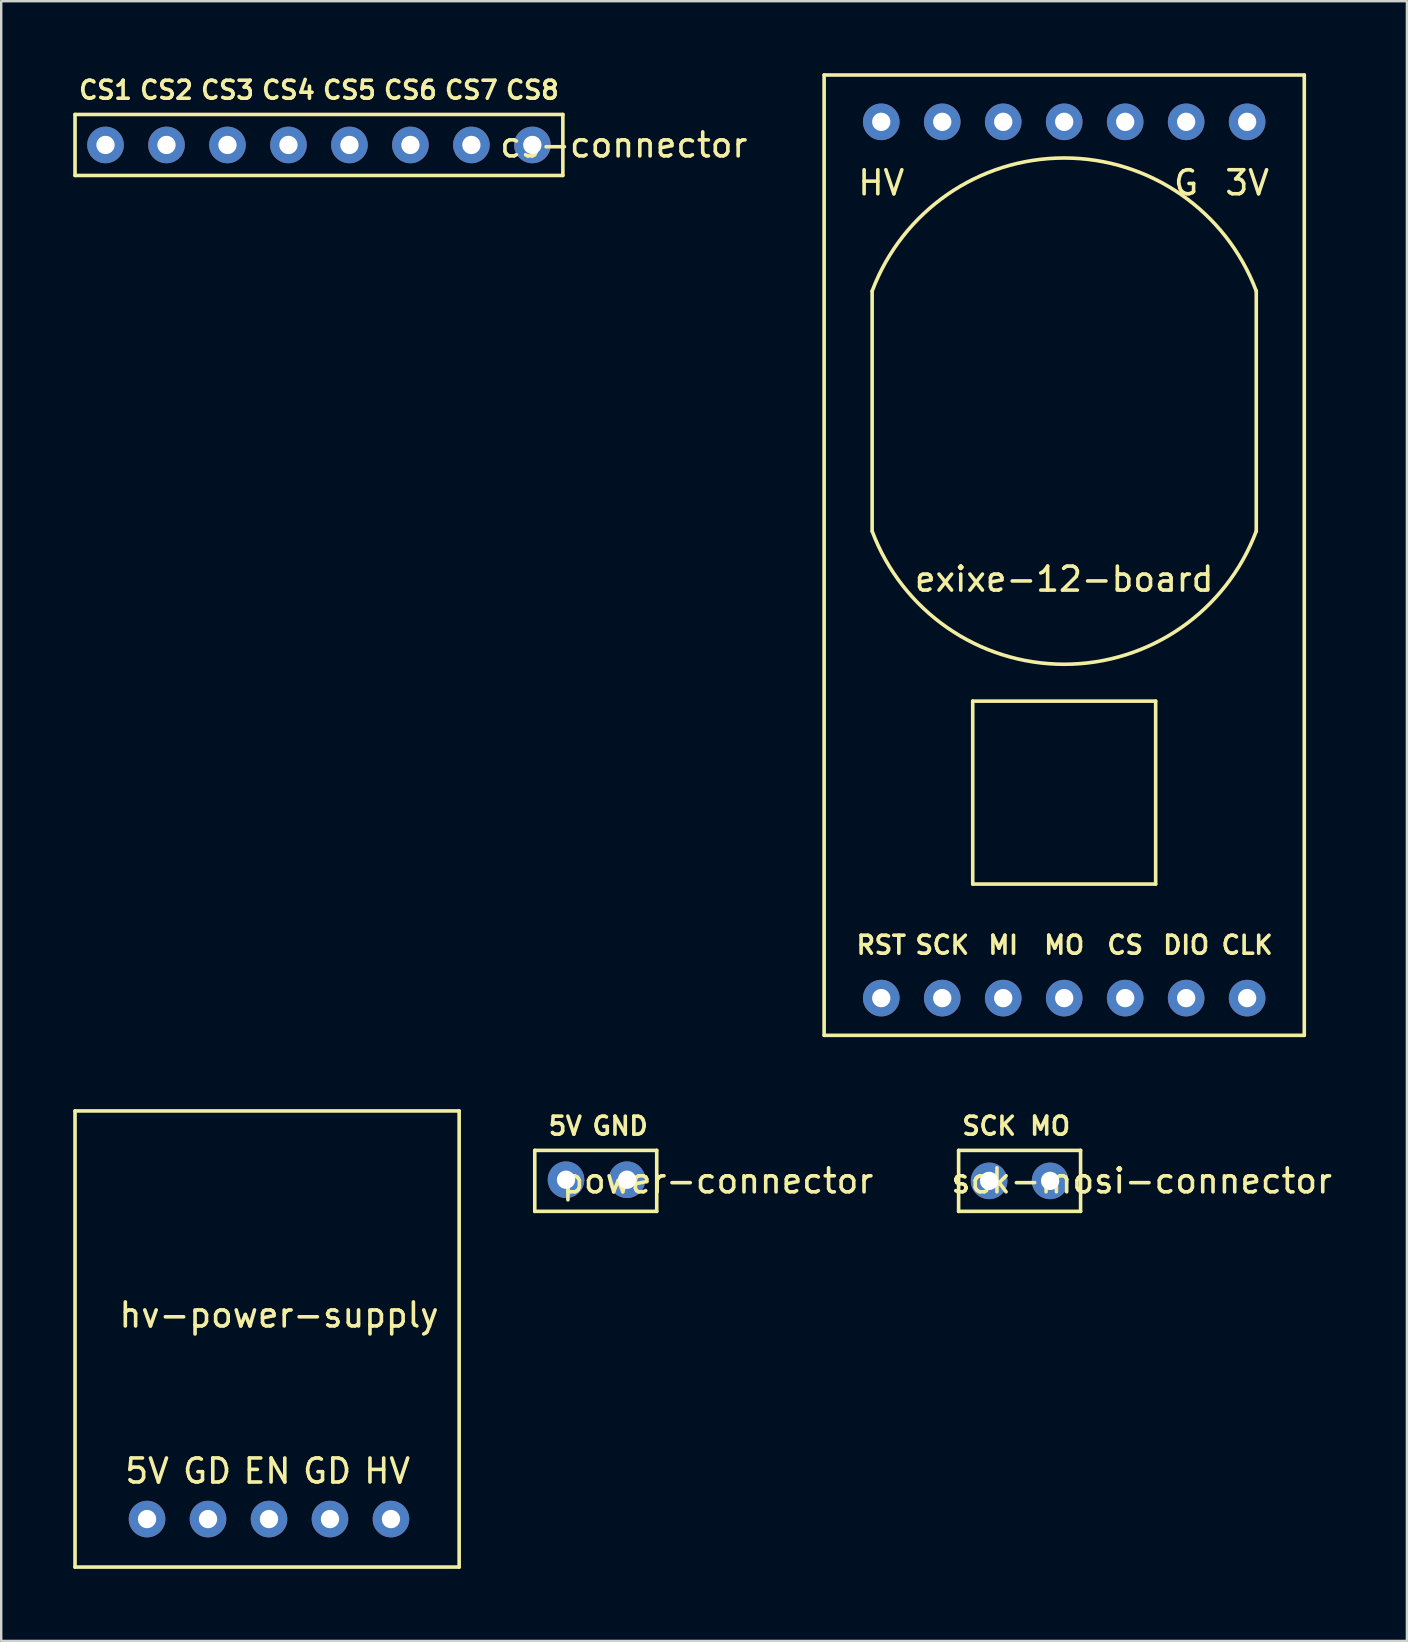
<source format=kicad_pcb>
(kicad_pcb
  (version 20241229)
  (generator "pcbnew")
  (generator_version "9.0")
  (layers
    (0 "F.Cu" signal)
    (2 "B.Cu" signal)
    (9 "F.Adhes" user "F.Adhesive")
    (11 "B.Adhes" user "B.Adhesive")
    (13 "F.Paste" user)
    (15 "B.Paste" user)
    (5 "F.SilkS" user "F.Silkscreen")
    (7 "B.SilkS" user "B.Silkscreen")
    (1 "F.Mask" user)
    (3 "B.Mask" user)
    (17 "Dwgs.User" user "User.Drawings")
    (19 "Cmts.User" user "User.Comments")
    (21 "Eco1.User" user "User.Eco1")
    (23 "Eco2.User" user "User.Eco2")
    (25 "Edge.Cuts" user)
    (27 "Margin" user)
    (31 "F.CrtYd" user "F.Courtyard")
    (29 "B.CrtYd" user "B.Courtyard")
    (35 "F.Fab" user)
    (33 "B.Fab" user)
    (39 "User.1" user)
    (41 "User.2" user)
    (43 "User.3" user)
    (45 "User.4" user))
  (footprint "hv-power-supply"
    (layer "F.Cu")
    (at 8.075 53.225)
    (property "Reference" "hv-power-supply" (at 0.5 -1.5 0) (layer "F.SilkS") (effects (font (size 1 1) (thickness 0.15))))
    (attr through_hole)
    (fp_line (start -8 -10) (end 8 -10) (stroke (width 0.15) (type solid)) (layer "F.SilkS"))
    (fp_line (start -8 9) (end -8 -10) (stroke (width 0.15) (type solid)) (layer "F.SilkS"))
    (fp_line (start 8 -10) (end 8 9) (stroke (width 0.15) (type solid)) (layer "F.SilkS"))
    (fp_line (start 8 9) (end -8 9) (stroke (width 0.15) (type solid)) (layer "F.SilkS"))
    (fp_text user "GD" (at 2.5 5 0) (layer "F.SilkS") (effects (font (size 1 1) (thickness 0.15))))
    (fp_text user "5V" (at -5 5 0) (layer "F.SilkS") (effects (font (size 1 1) (thickness 0.15))))
    (fp_text user "GD" (at -2.5 5 0) (layer "F.SilkS") (effects (font (size 1 1) (thickness 0.15))))
    (fp_text user "EN" (at 0 5 0) (layer "F.SilkS") (effects (font (size 1 1) (thickness 0.15))))
    (fp_text user "HV" (at 5 5 0) (layer "F.SilkS") (effects (font (size 1 1) (thickness 0.15))))
    (pad "1" thru_hole circle (at -5 7) (size 1.524 1.524) (drill 0.762) (layers "*.Cu" "*.Mask"))
    (pad "2" thru_hole circle (at -2.46 7) (size 1.524 1.524) (drill 0.762) (layers "*.Cu" "*.Mask"))
    (pad "3" thru_hole circle (at 0.08 7) (size 1.524 1.524) (drill 0.762) (layers "*.Cu" "*.Mask"))
    (pad "4" thru_hole circle (at 2.62 7) (size 1.524 1.524) (drill 0.762) (layers "*.Cu" "*.Mask"))
    (pad "5" thru_hole circle (at 5.16 7) (size 1.524 1.524) (drill 0.762) (layers "*.Cu" "*.Mask")))
  (footprint "power-connector"
    (layer "F.Cu")
    (at 21.765 46.138)
    (property "Reference" "power-connector" (at 5.08 0 0) (layer "F.SilkS") (effects (font (size 1 1) (thickness 0.15))))
    (attr through_hole)
    (fp_line (start -2.54 -1.27) (end 2.54 -1.27) (stroke (width 0.15) (type solid)) (layer "F.SilkS"))
    (fp_line (start -2.54 1.27) (end -2.54 -1.27) (stroke (width 0.15) (type solid)) (layer "F.SilkS"))
    (fp_line (start -2.54 1.27) (end 2.54 1.27) (stroke (width 0.15) (type solid)) (layer "F.SilkS"))
    (fp_line (start 2.54 -1.27) (end 2.54 1.27) (stroke (width 0.15) (type solid)) (layer "F.SilkS"))
    (fp_text user "5V" (at -1.27 -2.286 0) (layer "F.SilkS") (effects (font (size 0.75 0.75) (thickness 0.15))))
    (fp_text user "GND" (at 1.016 -2.286 0) (layer "F.SilkS") (effects (font (size 0.75 0.75) (thickness 0.15))))
    (pad "1" thru_hole circle (at -1.238 -0.048) (size 1.524 1.524) (drill 0.762) (layers "*.Cu" "*.Mask"))
    (pad "2" thru_hole circle (at 1.302 -0.048) (size 1.524 1.524) (drill 0.762) (layers "*.Cu" "*.Mask")))
  (footprint "exixe-12-board"
    (layer "F.Cu")
    (at 41.278 21.075)
    (property "Reference" "exixe-12-board" (at 0 0 0) (layer "F.SilkS") (effects (font (size 1 1) (thickness 0.15))))
    (attr through_hole)
    (fp_line (start -10 -21) (end -10 19) (stroke (width 0.15) (type solid)) (layer "F.SilkS"))
    (fp_line (start -10 19) (end 10 19) (stroke (width 0.15) (type solid)) (layer "F.SilkS"))
    (fp_line (start -8 -2) (end -8 -12) (stroke (width 0.15) (type solid)) (layer "F.SilkS"))
    (fp_line (start -3.81 5.08) (end 3.81 5.08) (stroke (width 0.15) (type solid)) (layer "F.SilkS"))
    (fp_line (start -3.81 12.7) (end -3.81 5.08) (stroke (width 0.15) (type solid)) (layer "F.SilkS"))
    (fp_line (start 3.81 5.08) (end 3.81 12.7) (stroke (width 0.15) (type solid)) (layer "F.SilkS"))
    (fp_line (start 3.81 12.7) (end -3.81 12.7) (stroke (width 0.15) (type solid)) (layer "F.SilkS"))
    (fp_line (start 8 -2) (end 8 -12) (stroke (width 0.15) (type solid)) (layer "F.SilkS"))
    (fp_line (start 10 -21) (end -10 -21) (stroke (width 0.15) (type solid)) (layer "F.SilkS"))
    (fp_line (start 10 19) (end 10 -21) (stroke (width 0.15) (type solid)) (layer "F.SilkS"))
    (fp_arc (start -7.999999 -11.999999) (mid 0 -17.544002) (end 7.999999 -12) (stroke (width 0.15) (type solid)) (layer "F.SilkS"))
    (fp_arc (start 7.999999 -2) (mid 0 3.544003) (end -7.999999 -2.000001) (stroke (width 0.15) (type solid)) (layer "F.SilkS"))
    (fp_text user "G" (at 5.08 -16.51 0) (layer "F.SilkS") (effects (font (size 1 1) (thickness 0.15))))
    (fp_text user "SCK" (at -5.08 15.24 0) (layer "F.SilkS") (effects (font (size 0.75 0.75) (thickness 0.15))))
    (fp_text user "3V" (at 7.62 -16.51 0) (layer "F.SilkS") (effects (font (size 1 1) (thickness 0.15))))
    (fp_text user "HV" (at -7.62 -16.51 0) (layer "F.SilkS") (effects (font (size 1 1) (thickness 0.15))))
    (fp_text user "CLK" (at 7.62 15.24 0) (layer "F.SilkS") (effects (font (size 0.75 0.75) (thickness 0.15))))
    (fp_text user "CS" (at 2.54 15.24 0) (layer "F.SilkS") (effects (font (size 0.75 0.75) (thickness 0.15))))
    (fp_text user "MO" (at 0 15.24 0) (layer "F.SilkS") (effects (font (size 0.75 0.75) (thickness 0.15))))
    (fp_text user "RST" (at -7.62 15.24 0) (layer "F.SilkS") (effects (font (size 0.75 0.75) (thickness 0.15))))
    (fp_text user "DIO" (at 5.08 15.24 0) (layer "F.SilkS") (effects (font (size 0.75 0.75) (thickness 0.15))))
    (fp_text user "MI" (at -2.54 15.24 0) (layer "F.SilkS") (effects (font (size 0.75 0.75) (thickness 0.15))))
    (pad "" thru_hole circle (at -5.08 -19.05) (size 1.524 1.524) (drill 0.762) (layers "*.Cu" "*.Mask"))
    (pad "" thru_hole circle (at -2.54 -19.05) (size 1.524 1.524) (drill 0.762) (layers "*.Cu" "*.Mask"))
    (pad "" thru_hole circle (at 0 -19.05) (size 1.524 1.524) (drill 0.762) (layers "*.Cu" "*.Mask"))
    (pad "" thru_hole circle (at 2.54 -19.05) (size 1.524 1.524) (drill 0.762) (layers "*.Cu" "*.Mask"))
    (pad "1" thru_hole circle (at -7.62 17.45) (size 1.524 1.524) (drill 0.762) (layers "*.Cu" "*.Mask"))
    (pad "2" thru_hole circle (at -5.08 17.45) (size 1.524 1.524) (drill 0.762) (layers "*.Cu" "*.Mask"))
    (pad "3" thru_hole circle (at -2.54 17.45) (size 1.524 1.524) (drill 0.762) (layers "*.Cu" "*.Mask"))
    (pad "4" thru_hole circle (at 0 17.45) (size 1.524 1.524) (drill 0.762) (layers "*.Cu" "*.Mask"))
    (pad "5" thru_hole circle (at 2.54 17.45) (size 1.524 1.524) (drill 0.762) (layers "*.Cu" "*.Mask"))
    (pad "6" thru_hole circle (at 5.08 17.45) (size 1.524 1.524) (drill 0.762) (layers "*.Cu" "*.Mask"))
    (pad "7" thru_hole circle (at 7.62 17.45) (size 1.524 1.524) (drill 0.762) (layers "*.Cu" "*.Mask"))
    (pad "8" thru_hole circle (at 7.62 -19.05) (size 1.524 1.524) (drill 0.762) (layers "*.Cu" "*.Mask"))
    (pad "9" thru_hole circle (at 5.08 -19.05) (size 1.524 1.524) (drill 0.762) (layers "*.Cu" "*.Mask"))
    (pad "10" thru_hole circle (at -7.62 -19.05) (size 1.524 1.524) (drill 0.762) (layers "*.Cu" "*.Mask")))
  (footprint "cs-connector"
    (layer "F.Cu")
    (at 10.235 2.988)
    (property "Reference" "cs-connector" (at 12.7 0 0) (layer "F.SilkS") (effects (font (size 1 1) (thickness 0.15))))
    (attr through_hole)
    (fp_line (start -10.16 -1.27) (end 10.16 -1.27) (stroke (width 0.15) (type solid)) (layer "F.SilkS"))
    (fp_line (start -10.16 1.27) (end -10.16 -1.27) (stroke (width 0.15) (type solid)) (layer "F.SilkS"))
    (fp_line (start 10.16 -1.27) (end 10.16 1.27) (stroke (width 0.15) (type solid)) (layer "F.SilkS"))
    (fp_line (start 10.16 1.27) (end -10.16 1.27) (stroke (width 0.15) (type solid)) (layer "F.SilkS"))
    (fp_text user "CS5" (at 1.27 -2.286 0) (layer "F.SilkS") (effects (font (size 0.75 0.75) (thickness 0.15))))
    (fp_text user "CS8" (at 8.89 -2.286 0) (layer "F.SilkS") (effects (font (size 0.75 0.75) (thickness 0.15))))
    (fp_text user "CS1" (at -8.89 -2.286 0) (layer "F.SilkS") (effects (font (size 0.75 0.75) (thickness 0.15))))
    (fp_text user "CS6" (at 3.81 -2.286 0) (layer "F.SilkS") (effects (font (size 0.75 0.75) (thickness 0.15))))
    (fp_text user "CS7" (at 6.35 -2.286 0) (layer "F.SilkS") (effects (font (size 0.75 0.75) (thickness 0.15))))
    (fp_text user "CS4" (at -1.27 -2.286 0) (layer "F.SilkS") (effects (font (size 0.75 0.75) (thickness 0.15))))
    (fp_text user "CS2" (at -6.35 -2.286 0) (layer "F.SilkS") (effects (font (size 0.75 0.75) (thickness 0.15))))
    (fp_text user "CS3" (at -3.81 -2.286 0) (layer "F.SilkS") (effects (font (size 0.75 0.75) (thickness 0.15))))
    (pad "1" thru_hole circle (at -8.89 0) (size 1.524 1.524) (drill 0.762) (layers "*.Cu" "*.Mask"))
    (pad "2" thru_hole circle (at -6.35 0) (size 1.524 1.524) (drill 0.762) (layers "*.Cu" "*.Mask"))
    (pad "3" thru_hole circle (at -3.81 0) (size 1.524 1.524) (drill 0.762) (layers "*.Cu" "*.Mask"))
    (pad "4" thru_hole circle (at -1.27 0) (size 1.524 1.524) (drill 0.762) (layers "*.Cu" "*.Mask"))
    (pad "5" thru_hole circle (at 1.27 0) (size 1.524 1.524) (drill 0.762) (layers "*.Cu" "*.Mask"))
    (pad "6" thru_hole circle (at 3.81 0) (size 1.524 1.524) (drill 0.762) (layers "*.Cu" "*.Mask"))
    (pad "7" thru_hole circle (at 6.35 0) (size 1.524 1.524) (drill 0.762) (layers "*.Cu" "*.Mask"))
    (pad "8" thru_hole circle (at 8.89 0) (size 1.524 1.524) (drill 0.762) (layers "*.Cu" "*.Mask")))
  (footprint "sck-mosi-connector"
    (layer "F.Cu")
    (at 39.42 46.138)
    (property "Reference" "sck-mosi-connector" (at 5.08 0 0) (layer "F.SilkS") (effects (font (size 1 1) (thickness 0.15))))
    (attr through_hole)
    (fp_line (start -2.54 -1.27) (end -2.54 1.27) (stroke (width 0.15) (type solid)) (layer "F.SilkS"))
    (fp_line (start -2.54 1.27) (end 2.54 1.27) (stroke (width 0.15) (type solid)) (layer "F.SilkS"))
    (fp_line (start 2.54 -1.27) (end -2.54 -1.27) (stroke (width 0.15) (type solid)) (layer "F.SilkS"))
    (fp_line (start 2.54 1.27) (end 2.54 -1.27) (stroke (width 0.15) (type solid)) (layer "F.SilkS"))
    (fp_text user "MO" (at 1.27 -2.286 0) (layer "F.SilkS") (effects (font (size 0.75 0.75) (thickness 0.15))))
    (fp_text user "SCK" (at -1.27 -2.286 0) (layer "F.SilkS") (effects (font (size 0.75 0.75) (thickness 0.15))))
    (pad "1" thru_hole circle (at -1.27 0) (size 1.524 1.524) (drill 0.762) (layers "*.Cu" "*.Mask"))
    (pad "2" thru_hole circle (at 1.27 0) (size 1.524 1.524) (drill 0.762) (layers "*.Cu" "*.Mask")))
  (gr_rect
    (start -3 -3)
    (end 55.553 65.3)
    (stroke (width 0.1) (type default))
    (fill no)
    (layer "Edge.Cuts")))
</source>
